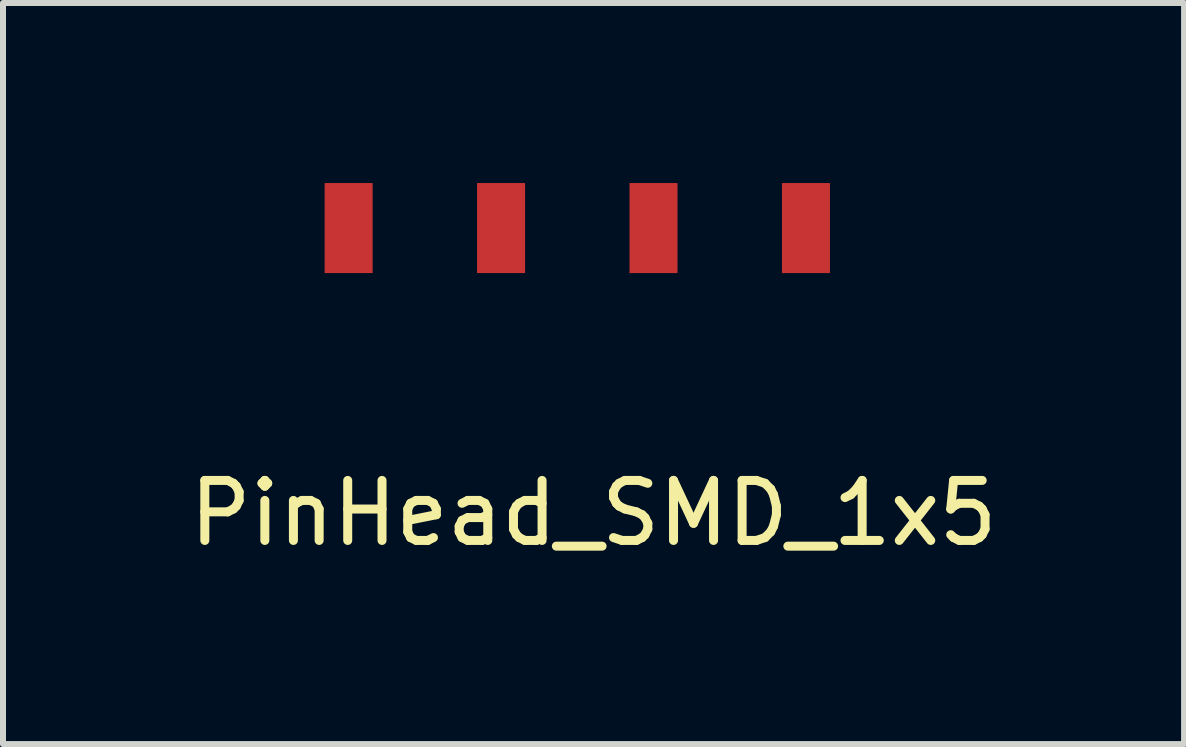
<source format=kicad_pcb>
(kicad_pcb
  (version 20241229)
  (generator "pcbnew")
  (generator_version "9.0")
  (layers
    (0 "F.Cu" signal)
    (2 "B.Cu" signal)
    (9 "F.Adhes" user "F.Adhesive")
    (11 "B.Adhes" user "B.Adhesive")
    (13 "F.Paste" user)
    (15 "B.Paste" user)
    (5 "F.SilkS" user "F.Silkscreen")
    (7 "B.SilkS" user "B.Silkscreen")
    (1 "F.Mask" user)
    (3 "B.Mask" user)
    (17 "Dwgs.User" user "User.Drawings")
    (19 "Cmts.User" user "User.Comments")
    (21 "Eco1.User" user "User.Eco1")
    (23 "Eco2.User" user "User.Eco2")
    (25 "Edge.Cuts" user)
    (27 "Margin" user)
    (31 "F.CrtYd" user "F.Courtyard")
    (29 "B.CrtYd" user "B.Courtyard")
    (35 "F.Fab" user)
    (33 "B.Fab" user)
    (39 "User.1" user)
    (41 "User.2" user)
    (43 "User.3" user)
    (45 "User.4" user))
  (footprint "PinHead_SMD_1x5"
    (layer "F.Cu")
    (at 6.589 0.75)
    (property "Reference" "PinHead_SMD_1x5" (at 0.25 4.75 0) (layer "F.SilkS") (effects (font (size 1 1) (thickness 0.15))))
    (attr through_hole)
    (pad "1" smd rect (at -3.83 0) (size 0.8 1.5) (layers "F.Cu" "F.Mask" "F.Paste"))
    (pad "2" smd rect (at -1.29 0) (size 0.8 1.5) (layers "F.Cu" "F.Mask" "F.Paste"))
    (pad "3" smd rect (at 1.25 0) (size 0.8 1.5) (layers "F.Cu" "F.Mask" "F.Paste"))
    (pad "4" smd rect (at 3.79 0) (size 0.8 1.5) (layers "F.Cu" "F.Mask" "F.Paste")))
  (gr_rect
    (start -3 -3)
    (end 16.679 9.348)
    (stroke (width 0.1) (type default))
    (fill no)
    (layer "Edge.Cuts")))
</source>
